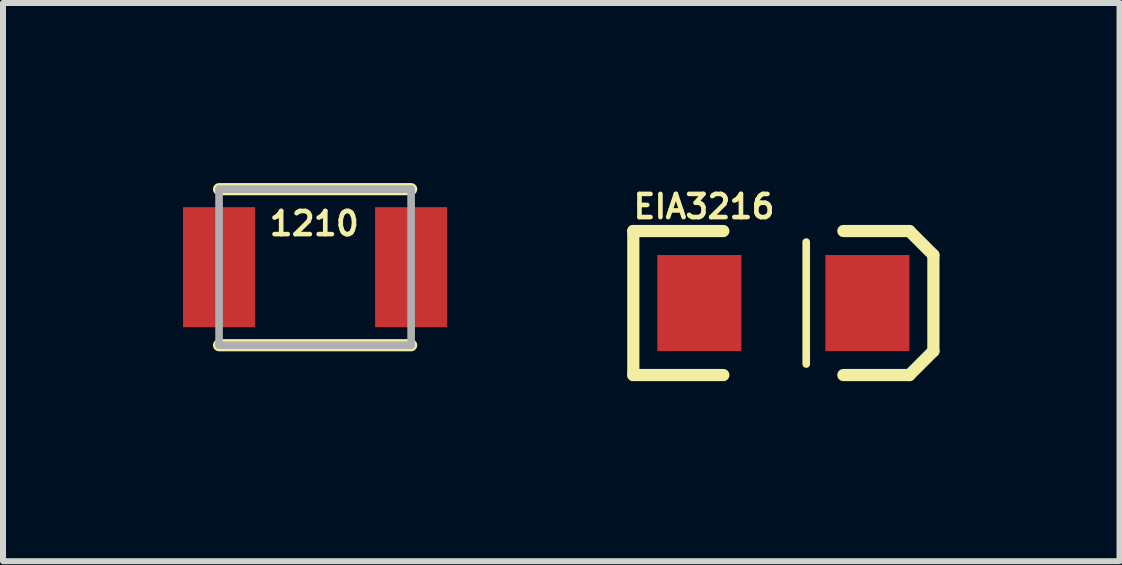
<source format=kicad_pcb>
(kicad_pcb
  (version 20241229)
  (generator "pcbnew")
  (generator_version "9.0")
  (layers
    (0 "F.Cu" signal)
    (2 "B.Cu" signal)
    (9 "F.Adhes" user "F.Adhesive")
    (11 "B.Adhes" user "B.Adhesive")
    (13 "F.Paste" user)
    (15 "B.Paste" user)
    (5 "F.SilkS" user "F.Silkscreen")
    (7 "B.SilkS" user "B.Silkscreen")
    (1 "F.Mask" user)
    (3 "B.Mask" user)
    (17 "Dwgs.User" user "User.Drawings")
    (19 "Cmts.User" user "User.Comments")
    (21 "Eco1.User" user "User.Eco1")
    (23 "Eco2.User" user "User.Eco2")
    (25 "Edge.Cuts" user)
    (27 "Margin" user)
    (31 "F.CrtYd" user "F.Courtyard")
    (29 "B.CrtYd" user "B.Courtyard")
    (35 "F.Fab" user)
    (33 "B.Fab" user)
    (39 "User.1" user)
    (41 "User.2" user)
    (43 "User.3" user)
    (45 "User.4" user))
  (footprint "EIA3216"
    (layer "F.Cu")
    (at 10.002 1.999)
    (property "Reference" "EIA3216" (at -2.54 -1.381 0) (layer "F.SilkS") (effects (font (size 0.386 0.386) (thickness 0.077)) (justify left bottom)))
    (attr through_hole)
    (fp_line (start -2.5 -1.2) (end -1 -1.2) (stroke (width 0.203) (type solid)) (layer "F.SilkS"))
    (fp_line (start -2.5 1.2) (end -2.5 -1.2) (stroke (width 0.203) (type solid)) (layer "F.SilkS"))
    (fp_line (start -1 1.2) (end -2.5 1.2) (stroke (width 0.203) (type solid)) (layer "F.SilkS"))
    (fp_line (start 0.381 -1.016) (end 0.381 1.016) (stroke (width 0.127) (type solid)) (layer "F.SilkS"))
    (fp_line (start 1 1.2) (end 2.1 1.2) (stroke (width 0.203) (type solid)) (layer "F.SilkS"))
    (fp_line (start 2.1 -1.2) (end 1 -1.2) (stroke (width 0.203) (type solid)) (layer "F.SilkS"))
    (fp_line (start 2.1 1.2) (end 2.5 0.8) (stroke (width 0.203) (type solid)) (layer "F.SilkS"))
    (fp_line (start 2.5 -0.8) (end 2.1 -1.2) (stroke (width 0.203) (type solid)) (layer "F.SilkS"))
    (fp_line (start 2.5 0.8) (end 2.5 -0.8) (stroke (width 0.203) (type solid)) (layer "F.SilkS"))
    (pad "A" smd rect (at 1.4 0 90) (size 1.6 1.4) (layers "F.Cu" "F.Mask" "F.Paste"))
    (pad "C" smd rect (at -1.4 0 90) (size 1.6 1.4) (layers "F.Cu" "F.Mask" "F.Paste")))
  (footprint "1210"
    (layer "F.Cu")
    (at 2.2 1.402)
    (property "Reference" "1210" (at -0.8 -0.5 180) (layer "F.SilkS") (effects (font (size 0.386 0.386) (thickness 0.077)) (justify left bottom)))
    (attr through_hole)
    (fp_line (start -1.6 -1.3) (end 1.6 -1.3) (stroke (width 0.203) (type solid)) (layer "F.SilkS"))
    (fp_line (start -1.6 1.3) (end 1.6 1.3) (stroke (width 0.203) (type solid)) (layer "F.SilkS"))
    (fp_line (start -1.6 -1.3) (end 1.6 -1.3) (stroke (width 0.127) (type solid)) (layer "F.Fab"))
    (fp_line (start -1.6 1.3) (end -1.6 -1.3) (stroke (width 0.127) (type solid)) (layer "F.Fab"))
    (fp_line (start 1.6 -1.3) (end 1.6 1.3) (stroke (width 0.127) (type solid)) (layer "F.Fab"))
    (fp_line (start 1.6 1.3) (end -1.6 1.3) (stroke (width 0.127) (type solid)) (layer "F.Fab"))
    (pad "1" smd rect (at -1.6 0) (size 1.2 2) (layers "F.Cu" "F.Mask" "F.Paste"))
    (pad "2" smd rect (at 1.6 0) (size 1.2 2) (layers "F.Cu" "F.Mask" "F.Paste")))
  (gr_rect
    (start -3 -3)
    (end 15.603 6.3)
    (stroke (width 0.1) (type default))
    (fill no)
    (layer "Edge.Cuts")))
</source>
